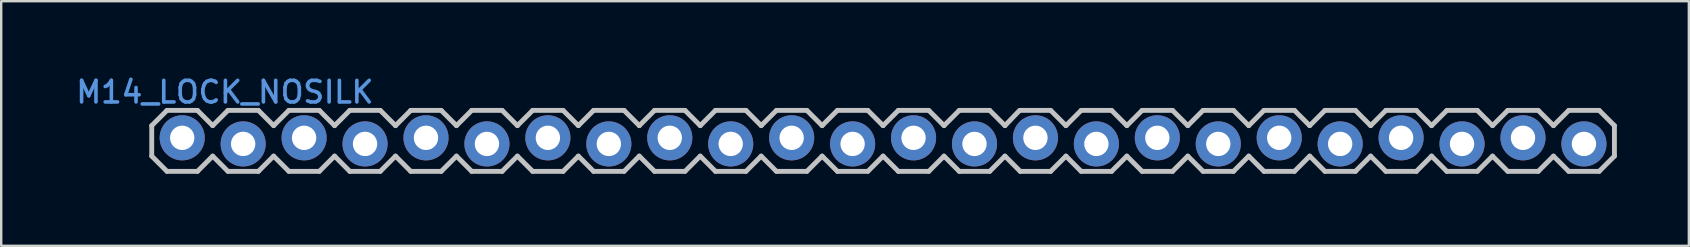
<source format=kicad_pcb>
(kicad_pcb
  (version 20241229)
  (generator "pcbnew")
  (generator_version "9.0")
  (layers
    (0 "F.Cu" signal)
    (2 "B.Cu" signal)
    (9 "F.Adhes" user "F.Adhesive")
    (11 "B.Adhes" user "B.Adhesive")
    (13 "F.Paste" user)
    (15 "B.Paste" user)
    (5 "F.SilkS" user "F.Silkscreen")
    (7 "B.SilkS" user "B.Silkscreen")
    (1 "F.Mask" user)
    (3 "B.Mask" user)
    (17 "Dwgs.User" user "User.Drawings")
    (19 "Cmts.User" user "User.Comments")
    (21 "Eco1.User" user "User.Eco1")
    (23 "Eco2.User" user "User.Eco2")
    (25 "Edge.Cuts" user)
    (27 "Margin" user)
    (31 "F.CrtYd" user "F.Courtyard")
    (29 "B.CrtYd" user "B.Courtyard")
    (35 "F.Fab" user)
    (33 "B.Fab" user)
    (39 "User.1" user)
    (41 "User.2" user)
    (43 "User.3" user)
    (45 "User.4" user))
  (footprint "M14_LOCK_NOSILK"
    (layer "F.Cu")
    (at 4.544 2.821)
    (property "Reference" "M14_LOCK_NOSILK" (at 1.778 -2.032 0) (layer "Cmts.User") (effects (font (size 0.899 0.899) (thickness 0.15))))
    (attr exclude_from_pos_files exclude_from_bom)
    (fp_line (start -1.27 -0.635) (end -1.27 0.635) (stroke (width 0.203) (type solid)) (layer "Dwgs.User"))
    (fp_line (start -1.27 0.635) (end -0.635 1.27) (stroke (width 0.203) (type solid)) (layer "Dwgs.User"))
    (fp_line (start -0.635 -1.27) (end -1.27 -0.635) (stroke (width 0.203) (type solid)) (layer "Dwgs.User"))
    (fp_line (start -0.635 -1.27) (end 0.635 -1.27) (stroke (width 0.203) (type solid)) (layer "Dwgs.User"))
    (fp_line (start -0.254 -0.254) (end 0.254 -0.254) (stroke (width 0.066) (type solid)) (layer "Dwgs.User"))
    (fp_line (start -0.254 0.254) (end -0.254 -0.254) (stroke (width 0.066) (type solid)) (layer "Dwgs.User"))
    (fp_line (start -0.254 0.254) (end 0.254 0.254) (stroke (width 0.066) (type solid)) (layer "Dwgs.User"))
    (fp_line (start 0.254 0.254) (end 0.254 -0.254) (stroke (width 0.066) (type solid)) (layer "Dwgs.User"))
    (fp_line (start 0.635 -1.27) (end 1.27 -0.635) (stroke (width 0.203) (type solid)) (layer "Dwgs.User"))
    (fp_line (start 0.635 1.27) (end -0.635 1.27) (stroke (width 0.203) (type solid)) (layer "Dwgs.User"))
    (fp_line (start 1.27 -0.635) (end 1.905 -1.27) (stroke (width 0.203) (type solid)) (layer "Dwgs.User"))
    (fp_line (start 1.27 0.635) (end 0.635 1.27) (stroke (width 0.203) (type solid)) (layer "Dwgs.User"))
    (fp_line (start 1.905 -1.27) (end 3.175 -1.27) (stroke (width 0.203) (type solid)) (layer "Dwgs.User"))
    (fp_line (start 1.905 1.27) (end 1.27 0.635) (stroke (width 0.203) (type solid)) (layer "Dwgs.User"))
    (fp_line (start 2.286 -0.254) (end 2.794 -0.254) (stroke (width 0.066) (type solid)) (layer "Dwgs.User"))
    (fp_line (start 2.286 0.254) (end 2.286 -0.254) (stroke (width 0.066) (type solid)) (layer "Dwgs.User"))
    (fp_line (start 2.286 0.254) (end 2.794 0.254) (stroke (width 0.066) (type solid)) (layer "Dwgs.User"))
    (fp_line (start 2.794 0.254) (end 2.794 -0.254) (stroke (width 0.066) (type solid)) (layer "Dwgs.User"))
    (fp_line (start 3.175 -1.27) (end 3.81 -0.635) (stroke (width 0.203) (type solid)) (layer "Dwgs.User"))
    (fp_line (start 3.175 1.27) (end 1.905 1.27) (stroke (width 0.203) (type solid)) (layer "Dwgs.User"))
    (fp_line (start 3.81 -0.635) (end 4.445 -1.27) (stroke (width 0.203) (type solid)) (layer "Dwgs.User"))
    (fp_line (start 3.81 0.635) (end 3.175 1.27) (stroke (width 0.203) (type solid)) (layer "Dwgs.User"))
    (fp_line (start 4.445 -1.27) (end 5.715 -1.27) (stroke (width 0.203) (type solid)) (layer "Dwgs.User"))
    (fp_line (start 4.445 1.27) (end 3.81 0.635) (stroke (width 0.203) (type solid)) (layer "Dwgs.User"))
    (fp_line (start 4.826 -0.254) (end 5.334 -0.254) (stroke (width 0.066) (type solid)) (layer "Dwgs.User"))
    (fp_line (start 4.826 0.254) (end 4.826 -0.254) (stroke (width 0.066) (type solid)) (layer "Dwgs.User"))
    (fp_line (start 4.826 0.254) (end 5.334 0.254) (stroke (width 0.066) (type solid)) (layer "Dwgs.User"))
    (fp_line (start 5.334 0.254) (end 5.334 -0.254) (stroke (width 0.066) (type solid)) (layer "Dwgs.User"))
    (fp_line (start 5.715 -1.27) (end 6.35 -0.635) (stroke (width 0.203) (type solid)) (layer "Dwgs.User"))
    (fp_line (start 5.715 1.27) (end 4.445 1.27) (stroke (width 0.203) (type solid)) (layer "Dwgs.User"))
    (fp_line (start 6.35 0.635) (end 5.715 1.27) (stroke (width 0.203) (type solid)) (layer "Dwgs.User"))
    (fp_line (start 6.35 0.635) (end 6.985 1.27) (stroke (width 0.203) (type solid)) (layer "Dwgs.User"))
    (fp_line (start 6.985 -1.27) (end 6.35 -0.635) (stroke (width 0.203) (type solid)) (layer "Dwgs.User"))
    (fp_line (start 6.985 -1.27) (end 8.255 -1.27) (stroke (width 0.203) (type solid)) (layer "Dwgs.User"))
    (fp_line (start 7.366 -0.254) (end 7.874 -0.254) (stroke (width 0.066) (type solid)) (layer "Dwgs.User"))
    (fp_line (start 7.366 0.254) (end 7.366 -0.254) (stroke (width 0.066) (type solid)) (layer "Dwgs.User"))
    (fp_line (start 7.366 0.254) (end 7.874 0.254) (stroke (width 0.066) (type solid)) (layer "Dwgs.User"))
    (fp_line (start 7.874 0.254) (end 7.874 -0.254) (stroke (width 0.066) (type solid)) (layer "Dwgs.User"))
    (fp_line (start 8.255 -1.27) (end 8.89 -0.635) (stroke (width 0.203) (type solid)) (layer "Dwgs.User"))
    (fp_line (start 8.255 1.27) (end 6.985 1.27) (stroke (width 0.203) (type solid)) (layer "Dwgs.User"))
    (fp_line (start 8.89 -0.635) (end 9.525 -1.27) (stroke (width 0.203) (type solid)) (layer "Dwgs.User"))
    (fp_line (start 8.89 0.635) (end 8.255 1.27) (stroke (width 0.203) (type solid)) (layer "Dwgs.User"))
    (fp_line (start 9.525 -1.27) (end 10.795 -1.27) (stroke (width 0.203) (type solid)) (layer "Dwgs.User"))
    (fp_line (start 9.525 1.27) (end 8.89 0.635) (stroke (width 0.203) (type solid)) (layer "Dwgs.User"))
    (fp_line (start 9.906 -0.254) (end 10.414 -0.254) (stroke (width 0.066) (type solid)) (layer "Dwgs.User"))
    (fp_line (start 9.906 0.254) (end 9.906 -0.254) (stroke (width 0.066) (type solid)) (layer "Dwgs.User"))
    (fp_line (start 9.906 0.254) (end 10.414 0.254) (stroke (width 0.066) (type solid)) (layer "Dwgs.User"))
    (fp_line (start 10.414 0.254) (end 10.414 -0.254) (stroke (width 0.066) (type solid)) (layer "Dwgs.User"))
    (fp_line (start 10.795 -1.27) (end 11.43 -0.635) (stroke (width 0.203) (type solid)) (layer "Dwgs.User"))
    (fp_line (start 10.795 1.27) (end 9.525 1.27) (stroke (width 0.203) (type solid)) (layer "Dwgs.User"))
    (fp_line (start 11.43 -0.635) (end 12.065 -1.27) (stroke (width 0.203) (type solid)) (layer "Dwgs.User"))
    (fp_line (start 11.43 0.635) (end 10.795 1.27) (stroke (width 0.203) (type solid)) (layer "Dwgs.User"))
    (fp_line (start 12.065 -1.27) (end 13.335 -1.27) (stroke (width 0.203) (type solid)) (layer "Dwgs.User"))
    (fp_line (start 12.065 1.27) (end 11.43 0.635) (stroke (width 0.203) (type solid)) (layer "Dwgs.User"))
    (fp_line (start 12.446 -0.254) (end 12.954 -0.254) (stroke (width 0.066) (type solid)) (layer "Dwgs.User"))
    (fp_line (start 12.446 0.254) (end 12.446 -0.254) (stroke (width 0.066) (type solid)) (layer "Dwgs.User"))
    (fp_line (start 12.446 0.254) (end 12.954 0.254) (stroke (width 0.066) (type solid)) (layer "Dwgs.User"))
    (fp_line (start 12.954 0.254) (end 12.954 -0.254) (stroke (width 0.066) (type solid)) (layer "Dwgs.User"))
    (fp_line (start 13.335 -1.27) (end 13.97 -0.635) (stroke (width 0.203) (type solid)) (layer "Dwgs.User"))
    (fp_line (start 13.335 1.27) (end 12.065 1.27) (stroke (width 0.203) (type solid)) (layer "Dwgs.User"))
    (fp_line (start 13.97 0.635) (end 13.335 1.27) (stroke (width 0.203) (type solid)) (layer "Dwgs.User"))
    (fp_line (start 13.97 0.635) (end 14.605 1.27) (stroke (width 0.203) (type solid)) (layer "Dwgs.User"))
    (fp_line (start 14.605 -1.27) (end 13.97 -0.635) (stroke (width 0.203) (type solid)) (layer "Dwgs.User"))
    (fp_line (start 14.605 -1.27) (end 15.875 -1.27) (stroke (width 0.203) (type solid)) (layer "Dwgs.User"))
    (fp_line (start 14.986 -0.254) (end 15.494 -0.254) (stroke (width 0.066) (type solid)) (layer "Dwgs.User"))
    (fp_line (start 14.986 0.254) (end 14.986 -0.254) (stroke (width 0.066) (type solid)) (layer "Dwgs.User"))
    (fp_line (start 14.986 0.254) (end 15.494 0.254) (stroke (width 0.066) (type solid)) (layer "Dwgs.User"))
    (fp_line (start 15.494 0.254) (end 15.494 -0.254) (stroke (width 0.066) (type solid)) (layer "Dwgs.User"))
    (fp_line (start 15.875 -1.27) (end 16.51 -0.635) (stroke (width 0.203) (type solid)) (layer "Dwgs.User"))
    (fp_line (start 15.875 1.27) (end 14.605 1.27) (stroke (width 0.203) (type solid)) (layer "Dwgs.User"))
    (fp_line (start 16.51 0.635) (end 15.875 1.27) (stroke (width 0.203) (type solid)) (layer "Dwgs.User"))
    (fp_line (start 16.51 0.635) (end 17.145 1.27) (stroke (width 0.203) (type solid)) (layer "Dwgs.User"))
    (fp_line (start 17.145 -1.27) (end 16.51 -0.635) (stroke (width 0.203) (type solid)) (layer "Dwgs.User"))
    (fp_line (start 17.145 -1.27) (end 18.415 -1.27) (stroke (width 0.203) (type solid)) (layer "Dwgs.User"))
    (fp_line (start 17.523 -0.254) (end 18.034 -0.254) (stroke (width 0.066) (type solid)) (layer "Dwgs.User"))
    (fp_line (start 17.523 0.254) (end 17.523 -0.254) (stroke (width 0.066) (type solid)) (layer "Dwgs.User"))
    (fp_line (start 17.523 0.254) (end 18.034 0.254) (stroke (width 0.066) (type solid)) (layer "Dwgs.User"))
    (fp_line (start 18.034 0.254) (end 18.034 -0.254) (stroke (width 0.066) (type solid)) (layer "Dwgs.User"))
    (fp_line (start 18.415 -1.27) (end 19.05 -0.635) (stroke (width 0.203) (type solid)) (layer "Dwgs.User"))
    (fp_line (start 18.415 1.27) (end 17.145 1.27) (stroke (width 0.203) (type solid)) (layer "Dwgs.User"))
    (fp_line (start 19.05 -0.635) (end 19.685 -1.27) (stroke (width 0.203) (type solid)) (layer "Dwgs.User"))
    (fp_line (start 19.05 0.635) (end 18.415 1.27) (stroke (width 0.203) (type solid)) (layer "Dwgs.User"))
    (fp_line (start 19.685 -1.27) (end 20.955 -1.27) (stroke (width 0.203) (type solid)) (layer "Dwgs.User"))
    (fp_line (start 19.685 1.27) (end 19.05 0.635) (stroke (width 0.203) (type solid)) (layer "Dwgs.User"))
    (fp_line (start 20.066 -0.254) (end 20.574 -0.254) (stroke (width 0.066) (type solid)) (layer "Dwgs.User"))
    (fp_line (start 20.066 0.254) (end 20.066 -0.254) (stroke (width 0.066) (type solid)) (layer "Dwgs.User"))
    (fp_line (start 20.066 0.254) (end 20.574 0.254) (stroke (width 0.066) (type solid)) (layer "Dwgs.User"))
    (fp_line (start 20.574 0.254) (end 20.574 -0.254) (stroke (width 0.066) (type solid)) (layer "Dwgs.User"))
    (fp_line (start 20.955 -1.27) (end 21.59 -0.635) (stroke (width 0.203) (type solid)) (layer "Dwgs.User"))
    (fp_line (start 20.955 1.27) (end 19.685 1.27) (stroke (width 0.203) (type solid)) (layer "Dwgs.User"))
    (fp_line (start 21.59 -0.635) (end 22.225 -1.27) (stroke (width 0.203) (type solid)) (layer "Dwgs.User"))
    (fp_line (start 21.59 0.635) (end 20.955 1.27) (stroke (width 0.203) (type solid)) (layer "Dwgs.User"))
    (fp_line (start 22.225 -1.27) (end 23.495 -1.27) (stroke (width 0.203) (type solid)) (layer "Dwgs.User"))
    (fp_line (start 22.225 1.27) (end 21.59 0.635) (stroke (width 0.203) (type solid)) (layer "Dwgs.User"))
    (fp_line (start 22.606 -0.254) (end 23.114 -0.254) (stroke (width 0.066) (type solid)) (layer "Dwgs.User"))
    (fp_line (start 22.606 0.254) (end 22.606 -0.254) (stroke (width 0.066) (type solid)) (layer "Dwgs.User"))
    (fp_line (start 22.606 0.254) (end 23.114 0.254) (stroke (width 0.066) (type solid)) (layer "Dwgs.User"))
    (fp_line (start 23.114 0.254) (end 23.114 -0.254) (stroke (width 0.066) (type solid)) (layer "Dwgs.User"))
    (fp_line (start 23.495 -1.27) (end 24.13 -0.635) (stroke (width 0.203) (type solid)) (layer "Dwgs.User"))
    (fp_line (start 23.495 1.27) (end 22.225 1.27) (stroke (width 0.203) (type solid)) (layer "Dwgs.User"))
    (fp_line (start 24.13 0.635) (end 23.495 1.27) (stroke (width 0.203) (type solid)) (layer "Dwgs.User"))
    (fp_line (start 24.13 0.635) (end 24.765 1.27) (stroke (width 0.203) (type solid)) (layer "Dwgs.User"))
    (fp_line (start 24.765 -1.27) (end 24.13 -0.635) (stroke (width 0.203) (type solid)) (layer "Dwgs.User"))
    (fp_line (start 24.765 -1.27) (end 26.035 -1.27) (stroke (width 0.203) (type solid)) (layer "Dwgs.User"))
    (fp_line (start 25.146 -0.254) (end 25.654 -0.254) (stroke (width 0.066) (type solid)) (layer "Dwgs.User"))
    (fp_line (start 25.146 0.254) (end 25.146 -0.254) (stroke (width 0.066) (type solid)) (layer "Dwgs.User"))
    (fp_line (start 25.146 0.254) (end 25.654 0.254) (stroke (width 0.066) (type solid)) (layer "Dwgs.User"))
    (fp_line (start 25.654 0.254) (end 25.654 -0.254) (stroke (width 0.066) (type solid)) (layer "Dwgs.User"))
    (fp_line (start 26.035 -1.27) (end 26.67 -0.635) (stroke (width 0.203) (type solid)) (layer "Dwgs.User"))
    (fp_line (start 26.035 1.27) (end 24.765 1.27) (stroke (width 0.203) (type solid)) (layer "Dwgs.User"))
    (fp_line (start 26.67 -0.635) (end 27.305 -1.27) (stroke (width 0.203) (type solid)) (layer "Dwgs.User"))
    (fp_line (start 26.67 0.635) (end 26.035 1.27) (stroke (width 0.203) (type solid)) (layer "Dwgs.User"))
    (fp_line (start 27.305 -1.27) (end 28.575 -1.27) (stroke (width 0.203) (type solid)) (layer "Dwgs.User"))
    (fp_line (start 27.305 1.27) (end 26.67 0.635) (stroke (width 0.203) (type solid)) (layer "Dwgs.User"))
    (fp_line (start 27.686 -0.254) (end 28.194 -0.254) (stroke (width 0.066) (type solid)) (layer "Dwgs.User"))
    (fp_line (start 27.686 0.254) (end 27.686 -0.254) (stroke (width 0.066) (type solid)) (layer "Dwgs.User"))
    (fp_line (start 27.686 0.254) (end 28.194 0.254) (stroke (width 0.066) (type solid)) (layer "Dwgs.User"))
    (fp_line (start 28.194 0.254) (end 28.194 -0.254) (stroke (width 0.066) (type solid)) (layer "Dwgs.User"))
    (fp_line (start 28.575 -1.27) (end 29.21 -0.635) (stroke (width 0.203) (type solid)) (layer "Dwgs.User"))
    (fp_line (start 28.575 1.27) (end 27.305 1.27) (stroke (width 0.203) (type solid)) (layer "Dwgs.User"))
    (fp_line (start 29.21 -0.635) (end 29.845 -1.27) (stroke (width 0.203) (type solid)) (layer "Dwgs.User"))
    (fp_line (start 29.21 0.635) (end 28.575 1.27) (stroke (width 0.203) (type solid)) (layer "Dwgs.User"))
    (fp_line (start 29.845 -1.27) (end 31.115 -1.27) (stroke (width 0.203) (type solid)) (layer "Dwgs.User"))
    (fp_line (start 29.845 1.27) (end 29.21 0.635) (stroke (width 0.203) (type solid)) (layer "Dwgs.User"))
    (fp_line (start 30.226 -0.254) (end 30.734 -0.254) (stroke (width 0.066) (type solid)) (layer "Dwgs.User"))
    (fp_line (start 30.226 0.254) (end 30.226 -0.254) (stroke (width 0.066) (type solid)) (layer "Dwgs.User"))
    (fp_line (start 30.226 0.254) (end 30.734 0.254) (stroke (width 0.066) (type solid)) (layer "Dwgs.User"))
    (fp_line (start 30.734 0.254) (end 30.734 -0.254) (stroke (width 0.066) (type solid)) (layer "Dwgs.User"))
    (fp_line (start 31.115 -1.27) (end 31.75 -0.635) (stroke (width 0.203) (type solid)) (layer "Dwgs.User"))
    (fp_line (start 31.115 1.27) (end 29.845 1.27) (stroke (width 0.203) (type solid)) (layer "Dwgs.User"))
    (fp_line (start 31.75 0.635) (end 31.115 1.27) (stroke (width 0.203) (type solid)) (layer "Dwgs.User"))
    (fp_line (start 31.75 0.635) (end 32.385 1.27) (stroke (width 0.203) (type solid)) (layer "Dwgs.User"))
    (fp_line (start 32.385 -1.27) (end 31.75 -0.635) (stroke (width 0.203) (type solid)) (layer "Dwgs.User"))
    (fp_line (start 32.385 -1.27) (end 33.655 -1.27) (stroke (width 0.203) (type solid)) (layer "Dwgs.User"))
    (fp_line (start 32.766 -0.254) (end 33.274 -0.254) (stroke (width 0.066) (type solid)) (layer "Dwgs.User"))
    (fp_line (start 32.766 0.254) (end 32.766 -0.254) (stroke (width 0.066) (type solid)) (layer "Dwgs.User"))
    (fp_line (start 32.766 0.254) (end 33.274 0.254) (stroke (width 0.066) (type solid)) (layer "Dwgs.User"))
    (fp_line (start 33.274 0.254) (end 33.274 -0.254) (stroke (width 0.066) (type solid)) (layer "Dwgs.User"))
    (fp_line (start 33.655 -1.27) (end 34.29 -0.635) (stroke (width 0.203) (type solid)) (layer "Dwgs.User"))
    (fp_line (start 33.655 1.27) (end 32.385 1.27) (stroke (width 0.203) (type solid)) (layer "Dwgs.User"))
    (fp_line (start 34.29 -0.635) (end 34.9 -1.27) (stroke (width 0.203) (type solid)) (layer "Dwgs.User"))
    (fp_line (start 34.29 0.635) (end 33.655 1.27) (stroke (width 0.203) (type solid)) (layer "Dwgs.User"))
    (fp_line (start 34.29 0.635) (end 34.925 1.27) (stroke (width 0.203) (type solid)) (layer "Dwgs.User"))
    (fp_line (start 34.925 -1.27) (end 36.195 -1.27) (stroke (width 0.203) (type solid)) (layer "Dwgs.User"))
    (fp_line (start 35.306 -0.254) (end 35.814 -0.254) (stroke (width 0.066) (type solid)) (layer "Dwgs.User"))
    (fp_line (start 35.306 0.254) (end 35.306 -0.254) (stroke (width 0.066) (type solid)) (layer "Dwgs.User"))
    (fp_line (start 35.306 0.254) (end 35.814 0.254) (stroke (width 0.066) (type solid)) (layer "Dwgs.User"))
    (fp_line (start 35.814 0.254) (end 35.814 -0.254) (stroke (width 0.066) (type solid)) (layer "Dwgs.User"))
    (fp_line (start 36.195 -1.27) (end 36.83 -0.635) (stroke (width 0.203) (type solid)) (layer "Dwgs.User"))
    (fp_line (start 36.195 1.27) (end 34.925 1.27) (stroke (width 0.203) (type solid)) (layer "Dwgs.User"))
    (fp_line (start 36.83 -0.635) (end 37.465 -1.27) (stroke (width 0.203) (type solid)) (layer "Dwgs.User"))
    (fp_line (start 36.83 0.635) (end 36.195 1.27) (stroke (width 0.203) (type solid)) (layer "Dwgs.User"))
    (fp_line (start 37.465 -1.27) (end 38.735 -1.27) (stroke (width 0.203) (type solid)) (layer "Dwgs.User"))
    (fp_line (start 37.465 1.27) (end 36.83 0.635) (stroke (width 0.203) (type solid)) (layer "Dwgs.User"))
    (fp_line (start 37.846 -0.254) (end 38.354 -0.254) (stroke (width 0.066) (type solid)) (layer "Dwgs.User"))
    (fp_line (start 37.846 0.254) (end 37.846 -0.254) (stroke (width 0.066) (type solid)) (layer "Dwgs.User"))
    (fp_line (start 37.846 0.254) (end 38.354 0.254) (stroke (width 0.066) (type solid)) (layer "Dwgs.User"))
    (fp_line (start 38.354 0.254) (end 38.354 -0.254) (stroke (width 0.066) (type solid)) (layer "Dwgs.User"))
    (fp_line (start 38.735 -1.27) (end 39.37 -0.635) (stroke (width 0.203) (type solid)) (layer "Dwgs.User"))
    (fp_line (start 38.735 1.27) (end 37.465 1.27) (stroke (width 0.203) (type solid)) (layer "Dwgs.User"))
    (fp_line (start 39.37 0.635) (end 38.735 1.27) (stroke (width 0.203) (type solid)) (layer "Dwgs.User"))
    (fp_line (start 39.37 0.635) (end 40.005 1.27) (stroke (width 0.203) (type solid)) (layer "Dwgs.User"))
    (fp_line (start 40.005 -1.27) (end 39.37 -0.635) (stroke (width 0.203) (type solid)) (layer "Dwgs.User"))
    (fp_line (start 40.005 -1.27) (end 41.275 -1.27) (stroke (width 0.203) (type solid)) (layer "Dwgs.User"))
    (fp_line (start 40.386 -0.254) (end 40.894 -0.254) (stroke (width 0.066) (type solid)) (layer "Dwgs.User"))
    (fp_line (start 40.386 0.254) (end 40.386 -0.254) (stroke (width 0.066) (type solid)) (layer "Dwgs.User"))
    (fp_line (start 40.386 0.254) (end 40.894 0.254) (stroke (width 0.066) (type solid)) (layer "Dwgs.User"))
    (fp_line (start 40.894 0.254) (end 40.894 -0.254) (stroke (width 0.066) (type solid)) (layer "Dwgs.User"))
    (fp_line (start 41.275 -1.27) (end 41.91 -0.635) (stroke (width 0.203) (type solid)) (layer "Dwgs.User"))
    (fp_line (start 41.275 1.27) (end 40.005 1.27) (stroke (width 0.203) (type solid)) (layer "Dwgs.User"))
    (fp_line (start 41.91 0.635) (end 41.275 1.27) (stroke (width 0.203) (type solid)) (layer "Dwgs.User"))
    (fp_line (start 41.91 0.635) (end 42.545 1.27) (stroke (width 0.203) (type solid)) (layer "Dwgs.User"))
    (fp_line (start 42.545 -1.27) (end 41.91 -0.635) (stroke (width 0.203) (type solid)) (layer "Dwgs.User"))
    (fp_line (start 42.545 -1.27) (end 43.815 -1.27) (stroke (width 0.203) (type solid)) (layer "Dwgs.User"))
    (fp_line (start 42.923 -0.254) (end 43.434 -0.254) (stroke (width 0.066) (type solid)) (layer "Dwgs.User"))
    (fp_line (start 42.923 0.254) (end 42.923 -0.254) (stroke (width 0.066) (type solid)) (layer "Dwgs.User"))
    (fp_line (start 42.923 0.254) (end 43.434 0.254) (stroke (width 0.066) (type solid)) (layer "Dwgs.User"))
    (fp_line (start 43.434 0.254) (end 43.434 -0.254) (stroke (width 0.066) (type solid)) (layer "Dwgs.User"))
    (fp_line (start 43.815 -1.27) (end 44.45 -0.635) (stroke (width 0.203) (type solid)) (layer "Dwgs.User"))
    (fp_line (start 43.815 1.27) (end 42.545 1.27) (stroke (width 0.203) (type solid)) (layer "Dwgs.User"))
    (fp_line (start 44.45 -0.635) (end 45.085 -1.27) (stroke (width 0.203) (type solid)) (layer "Dwgs.User"))
    (fp_line (start 44.45 0.635) (end 43.815 1.27) (stroke (width 0.203) (type solid)) (layer "Dwgs.User"))
    (fp_line (start 45.085 -1.27) (end 46.355 -1.27) (stroke (width 0.203) (type solid)) (layer "Dwgs.User"))
    (fp_line (start 45.085 1.27) (end 44.45 0.635) (stroke (width 0.203) (type solid)) (layer "Dwgs.User"))
    (fp_line (start 45.466 -0.254) (end 45.974 -0.254) (stroke (width 0.066) (type solid)) (layer "Dwgs.User"))
    (fp_line (start 45.466 0.254) (end 45.466 -0.254) (stroke (width 0.066) (type solid)) (layer "Dwgs.User"))
    (fp_line (start 45.466 0.254) (end 45.974 0.254) (stroke (width 0.066) (type solid)) (layer "Dwgs.User"))
    (fp_line (start 45.974 0.254) (end 45.974 -0.254) (stroke (width 0.066) (type solid)) (layer "Dwgs.User"))
    (fp_line (start 46.355 -1.27) (end 46.99 -0.635) (stroke (width 0.203) (type solid)) (layer "Dwgs.User"))
    (fp_line (start 46.355 1.27) (end 45.085 1.27) (stroke (width 0.203) (type solid)) (layer "Dwgs.User"))
    (fp_line (start 46.99 -0.635) (end 47.625 -1.27) (stroke (width 0.203) (type solid)) (layer "Dwgs.User"))
    (fp_line (start 46.99 0.635) (end 46.355 1.27) (stroke (width 0.203) (type solid)) (layer "Dwgs.User"))
    (fp_line (start 47.625 -1.27) (end 48.895 -1.27) (stroke (width 0.203) (type solid)) (layer "Dwgs.User"))
    (fp_line (start 47.625 1.27) (end 46.99 0.635) (stroke (width 0.203) (type solid)) (layer "Dwgs.User"))
    (fp_line (start 48.006 -0.254) (end 48.514 -0.254) (stroke (width 0.066) (type solid)) (layer "Dwgs.User"))
    (fp_line (start 48.006 0.254) (end 48.006 -0.254) (stroke (width 0.066) (type solid)) (layer "Dwgs.User"))
    (fp_line (start 48.006 0.254) (end 48.514 0.254) (stroke (width 0.066) (type solid)) (layer "Dwgs.User"))
    (fp_line (start 48.514 0.254) (end 48.514 -0.254) (stroke (width 0.066) (type solid)) (layer "Dwgs.User"))
    (fp_line (start 48.895 -1.27) (end 49.53 -0.635) (stroke (width 0.203) (type solid)) (layer "Dwgs.User"))
    (fp_line (start 48.895 1.27) (end 47.625 1.27) (stroke (width 0.203) (type solid)) (layer "Dwgs.User"))
    (fp_line (start 49.53 0.635) (end 48.895 1.27) (stroke (width 0.203) (type solid)) (layer "Dwgs.User"))
    (fp_line (start 49.53 0.635) (end 50.165 1.27) (stroke (width 0.203) (type solid)) (layer "Dwgs.User"))
    (fp_line (start 50.165 -1.27) (end 49.53 -0.635) (stroke (width 0.203) (type solid)) (layer "Dwgs.User"))
    (fp_line (start 50.165 -1.27) (end 51.435 -1.27) (stroke (width 0.203) (type solid)) (layer "Dwgs.User"))
    (fp_line (start 50.546 -0.254) (end 51.054 -0.254) (stroke (width 0.066) (type solid)) (layer "Dwgs.User"))
    (fp_line (start 50.546 0.254) (end 50.546 -0.254) (stroke (width 0.066) (type solid)) (layer "Dwgs.User"))
    (fp_line (start 50.546 0.254) (end 51.054 0.254) (stroke (width 0.066) (type solid)) (layer "Dwgs.User"))
    (fp_line (start 51.054 0.254) (end 51.054 -0.254) (stroke (width 0.066) (type solid)) (layer "Dwgs.User"))
    (fp_line (start 51.435 -1.27) (end 52.07 -0.635) (stroke (width 0.203) (type solid)) (layer "Dwgs.User"))
    (fp_line (start 51.435 1.27) (end 50.165 1.27) (stroke (width 0.203) (type solid)) (layer "Dwgs.User"))
    (fp_line (start 52.07 -0.635) (end 52.705 -1.27) (stroke (width 0.203) (type solid)) (layer "Dwgs.User"))
    (fp_line (start 52.07 0.635) (end 51.435 1.27) (stroke (width 0.203) (type solid)) (layer "Dwgs.User"))
    (fp_line (start 52.705 -1.27) (end 53.975 -1.27) (stroke (width 0.203) (type solid)) (layer "Dwgs.User"))
    (fp_line (start 52.705 1.27) (end 52.07 0.635) (stroke (width 0.203) (type solid)) (layer "Dwgs.User"))
    (fp_line (start 53.086 -0.254) (end 53.594 -0.254) (stroke (width 0.066) (type solid)) (layer "Dwgs.User"))
    (fp_line (start 53.086 0.254) (end 53.086 -0.254) (stroke (width 0.066) (type solid)) (layer "Dwgs.User"))
    (fp_line (start 53.086 0.254) (end 53.594 0.254) (stroke (width 0.066) (type solid)) (layer "Dwgs.User"))
    (fp_line (start 53.594 0.254) (end 53.594 -0.254) (stroke (width 0.066) (type solid)) (layer "Dwgs.User"))
    (fp_line (start 53.975 -1.27) (end 54.61 -0.635) (stroke (width 0.203) (type solid)) (layer "Dwgs.User"))
    (fp_line (start 53.975 1.27) (end 52.705 1.27) (stroke (width 0.203) (type solid)) (layer "Dwgs.User"))
    (fp_line (start 54.61 -0.635) (end 55.245 -1.27) (stroke (width 0.203) (type solid)) (layer "Dwgs.User"))
    (fp_line (start 54.61 0.635) (end 53.975 1.27) (stroke (width 0.203) (type solid)) (layer "Dwgs.User"))
    (fp_line (start 55.245 -1.27) (end 56.515 -1.27) (stroke (width 0.203) (type solid)) (layer "Dwgs.User"))
    (fp_line (start 55.245 1.27) (end 54.61 0.635) (stroke (width 0.203) (type solid)) (layer "Dwgs.User"))
    (fp_line (start 55.626 -0.254) (end 56.134 -0.254) (stroke (width 0.066) (type solid)) (layer "Dwgs.User"))
    (fp_line (start 55.626 0.254) (end 55.626 -0.254) (stroke (width 0.066) (type solid)) (layer "Dwgs.User"))
    (fp_line (start 55.626 0.254) (end 56.134 0.254) (stroke (width 0.066) (type solid)) (layer "Dwgs.User"))
    (fp_line (start 56.134 0.254) (end 56.134 -0.254) (stroke (width 0.066) (type solid)) (layer "Dwgs.User"))
    (fp_line (start 56.515 -1.27) (end 57.15 -0.635) (stroke (width 0.203) (type solid)) (layer "Dwgs.User"))
    (fp_line (start 56.515 1.27) (end 55.245 1.27) (stroke (width 0.203) (type solid)) (layer "Dwgs.User"))
    (fp_line (start 57.15 0.635) (end 56.515 1.27) (stroke (width 0.203) (type solid)) (layer "Dwgs.User"))
    (fp_line (start 57.15 0.635) (end 57.785 1.27) (stroke (width 0.203) (type solid)) (layer "Dwgs.User"))
    (fp_line (start 57.785 -1.27) (end 57.15 -0.635) (stroke (width 0.203) (type solid)) (layer "Dwgs.User"))
    (fp_line (start 57.785 -1.27) (end 59.055 -1.27) (stroke (width 0.203) (type solid)) (layer "Dwgs.User"))
    (fp_line (start 58.166 -0.254) (end 58.674 -0.254) (stroke (width 0.066) (type solid)) (layer "Dwgs.User"))
    (fp_line (start 58.166 0.254) (end 58.166 -0.254) (stroke (width 0.066) (type solid)) (layer "Dwgs.User"))
    (fp_line (start 58.166 0.254) (end 58.674 0.254) (stroke (width 0.066) (type solid)) (layer "Dwgs.User"))
    (fp_line (start 58.674 0.254) (end 58.674 -0.254) (stroke (width 0.066) (type solid)) (layer "Dwgs.User"))
    (fp_line (start 59.055 -1.27) (end 59.69 -0.635) (stroke (width 0.203) (type solid)) (layer "Dwgs.User"))
    (fp_line (start 59.055 1.27) (end 57.785 1.27) (stroke (width 0.203) (type solid)) (layer "Dwgs.User"))
    (fp_line (start 59.69 -0.635) (end 59.69 0.635) (stroke (width 0.203) (type solid)) (layer "Dwgs.User"))
    (fp_line (start 59.69 0.635) (end 59.055 1.27) (stroke (width 0.203) (type solid)) (layer "Dwgs.User"))
    (pad "1" thru_hole circle (at 0 -0.127) (size 1.88 1.88) (drill 1.016) (layers "*.Cu" "*.Mask"))
    (pad "2" thru_hole circle (at 2.54 0.127) (size 1.88 1.88) (drill 1.016) (layers "*.Cu" "*.Mask"))
    (pad "3" thru_hole circle (at 5.08 -0.127) (size 1.88 1.88) (drill 1.016) (layers "*.Cu" "*.Mask"))
    (pad "4" thru_hole circle (at 7.62 0.127) (size 1.88 1.88) (drill 1.016) (layers "*.Cu" "*.Mask"))
    (pad "5" thru_hole circle (at 10.16 -0.127) (size 1.88 1.88) (drill 1.016) (layers "*.Cu" "*.Mask"))
    (pad "5" thru_hole circle (at 35.56 -0.127) (size 1.88 1.88) (drill 1.016) (layers "*.Cu" "*.Mask"))
    (pad "6" thru_hole circle (at 12.7 0.127) (size 1.88 1.88) (drill 1.016) (layers "*.Cu" "*.Mask"))
    (pad "6" thru_hole circle (at 38.1 0.127) (size 1.88 1.88) (drill 1.016) (layers "*.Cu" "*.Mask"))
    (pad "7" thru_hole circle (at 15.24 -0.127) (size 1.88 1.88) (drill 1.016) (layers "*.Cu" "*.Mask"))
    (pad "7" thru_hole circle (at 40.64 -0.127) (size 1.88 1.88) (drill 1.016) (layers "*.Cu" "*.Mask"))
    (pad "8" thru_hole circle (at 17.78 0.127) (size 1.88 1.88) (drill 1.016) (layers "*.Cu" "*.Mask"))
    (pad "8" thru_hole circle (at 43.18 0.127) (size 1.88 1.88) (drill 1.016) (layers "*.Cu" "*.Mask"))
    (pad "9" thru_hole circle (at 20.32 -0.127) (size 1.88 1.88) (drill 1.016) (layers "*.Cu" "*.Mask"))
    (pad "9" thru_hole circle (at 45.72 -0.127) (size 1.88 1.88) (drill 1.016) (layers "*.Cu" "*.Mask"))
    (pad "10" thru_hole circle (at 22.86 0.127) (size 1.88 1.88) (drill 1.016) (layers "*.Cu" "*.Mask"))
    (pad "10" thru_hole circle (at 48.26 0.127) (size 1.88 1.88) (drill 1.016) (layers "*.Cu" "*.Mask"))
    (pad "11" thru_hole circle (at 25.4 -0.127) (size 1.88 1.88) (drill 1.016) (layers "*.Cu" "*.Mask"))
    (pad "11" thru_hole circle (at 50.8 -0.127) (size 1.88 1.88) (drill 1.016) (layers "*.Cu" "*.Mask"))
    (pad "12" thru_hole circle (at 27.94 0.127) (size 1.88 1.88) (drill 1.016) (layers "*.Cu" "*.Mask"))
    (pad "12" thru_hole circle (at 53.34 0.127) (size 1.88 1.88) (drill 1.016) (layers "*.Cu" "*.Mask"))
    (pad "13" thru_hole circle (at 30.48 -0.127) (size 1.88 1.88) (drill 1.016) (layers "*.Cu" "*.Mask"))
    (pad "13" thru_hole circle (at 55.88 -0.127) (size 1.88 1.88) (drill 1.016) (layers "*.Cu" "*.Mask"))
    (pad "14" thru_hole circle (at 33.02 0.127) (size 1.88 1.88) (drill 1.016) (layers "*.Cu" "*.Mask"))
    (pad "14" thru_hole circle (at 58.42 0.127) (size 1.88 1.88) (drill 1.016) (layers "*.Cu" "*.Mask")))
  (gr_rect
    (start -3 -3)
    (end 67.336 7.193)
    (stroke (width 0.1) (type default))
    (fill no)
    (layer "Edge.Cuts")))
</source>
